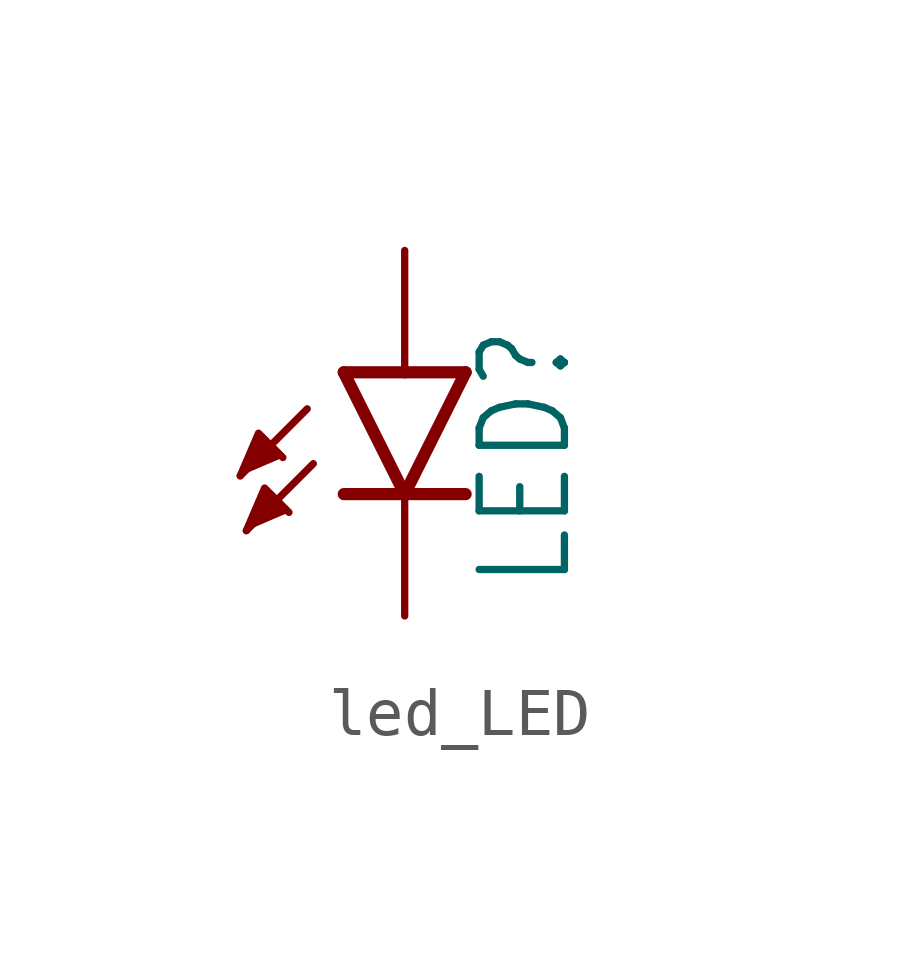
<source format=kicad_sym>
(kicad_symbol_lib
  (version 20241209)
  (generator "kicad_symbol_editor")
  (generator_version "9.0")
  (symbol "led_LED"
    (property "Reference" "LED"
      (at 3.556 -4.572 90)
      (effects (font (size 1.778 1.511)) (justify left bottom)))
    (property "Value" ""
      (at 5.715 -4.572 90)
      (effects (font (size 1.778 1.511)) (justify left bottom)))
    (property "ki_locked" ""
      (at 0 0 0)
      (effects (font (size 1.27 1.27))))
    (symbol "led_LED_1_0"
      (polyline (pts (xy -3.429 -2.159) (xy -3.048 -1.27) (xy -2.54 -1.778)) (stroke (width 0.152) (type solid)) (fill (type outline)))
      (polyline (pts (xy -3.302 -3.302) (xy -2.921 -2.413) (xy -2.413 -2.921)) (stroke (width 0.152) (type solid)) (fill (type outline)))
      (polyline (pts (xy -2.032 -0.762) (xy -3.429 -2.159)) (stroke (width 0.152) (type solid)) (fill (type none)))
      (polyline (pts (xy -1.905 -1.905) (xy -3.302 -3.302)) (stroke (width 0.152) (type solid)) (fill (type none)))
      (polyline (pts (xy 0 0) (xy -1.27 0)) (stroke (width 0.254) (type solid)) (fill (type none)))
      (polyline (pts (xy 0 -2.54) (xy -1.27 0)) (stroke (width 0.254) (type solid)) (fill (type none)))
      (polyline (pts (xy 0 -2.54) (xy -1.27 -2.54)) (stroke (width 0.254) (type solid)) (fill (type none)))
      (polyline (pts (xy 1.27 0) (xy 0 0)) (stroke (width 0.254) (type solid)) (fill (type none)))
      (polyline (pts (xy 1.27 0) (xy 0 -2.54)) (stroke (width 0.254) (type solid)) (fill (type none)))
      (polyline (pts (xy 1.27 -2.54) (xy 0 -2.54)) (stroke (width 0.254) (type solid)) (fill (type none)))
      (pin passive line (at 0 2.54 270) (length 2.54) (name "A" (effects (font (size 0 0)))) (number "A@1" (effects (font (size 0 0)))))
      (pin passive line (at 0 -5.08 90) (length 2.54) (name "C" (effects (font (size 0 0)))) (number "C@1" (effects (font (size 0 0))))))))
</source>
